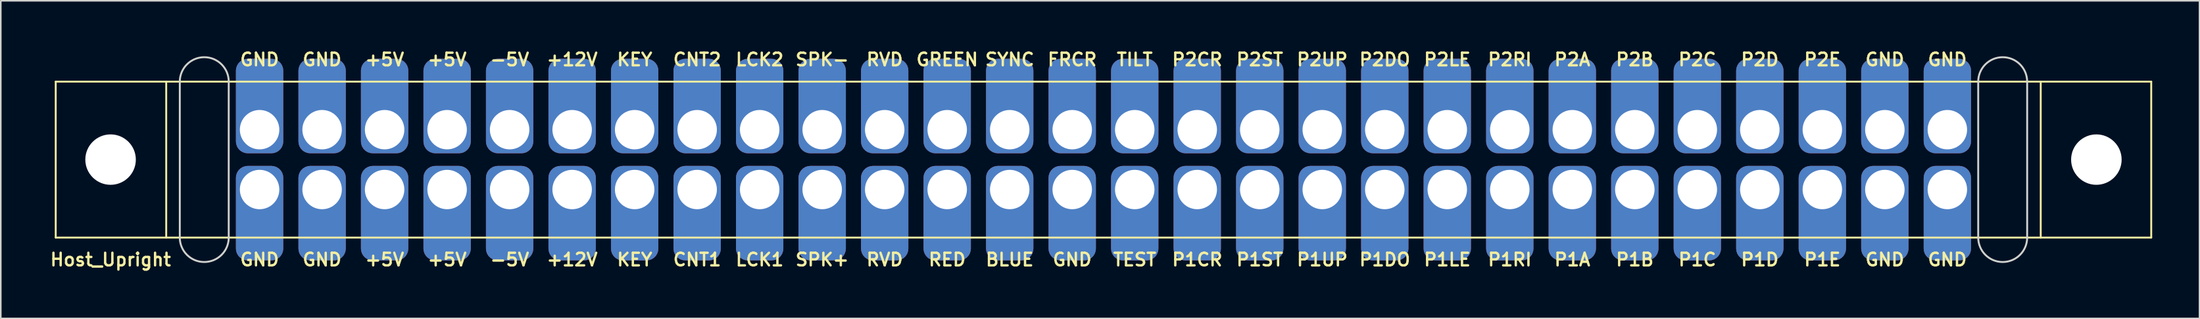
<source format=kicad_pcb>
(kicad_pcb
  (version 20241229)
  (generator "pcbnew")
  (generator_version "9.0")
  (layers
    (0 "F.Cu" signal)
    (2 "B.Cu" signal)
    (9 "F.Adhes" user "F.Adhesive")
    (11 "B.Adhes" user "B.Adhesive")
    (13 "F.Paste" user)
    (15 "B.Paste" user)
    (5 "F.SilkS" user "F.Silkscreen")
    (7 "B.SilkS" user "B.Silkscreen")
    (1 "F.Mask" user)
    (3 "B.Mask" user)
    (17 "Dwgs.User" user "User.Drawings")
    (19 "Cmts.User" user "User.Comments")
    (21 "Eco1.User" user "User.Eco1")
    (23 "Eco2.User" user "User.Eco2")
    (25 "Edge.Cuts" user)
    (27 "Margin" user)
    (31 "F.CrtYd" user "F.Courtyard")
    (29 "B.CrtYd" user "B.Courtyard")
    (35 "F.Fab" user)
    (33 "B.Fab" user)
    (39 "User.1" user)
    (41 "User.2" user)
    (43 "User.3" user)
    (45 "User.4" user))
  (footprint "Host_Upright"
    (layer "F.Cu")
    (at 66.855 7.081)
    (property "Reference" "Host_Upright" (at -62.9 6.35 0) (layer "F.SilkS") (effects (font (size 0.8 0.8) (thickness 0.15))))
    (attr through_hole)
    (fp_line (start -66.375 -4.95) (end -66.375 4.95) (stroke (width 0.12) (type solid)) (layer "F.SilkS"))
    (fp_line (start -66.375 -4.95) (end 66.375 -4.95) (stroke (width 0.12) (type solid)) (layer "F.SilkS"))
    (fp_line (start -66.375 4.95) (end 66.375 4.95) (stroke (width 0.12) (type solid)) (layer "F.SilkS"))
    (fp_line (start -59.375 -4.95) (end -59.375 4.95) (stroke (width 0.12) (type solid)) (layer "F.SilkS"))
    (fp_line (start 59.375 -4.95) (end 59.375 4.95) (stroke (width 0.12) (type solid)) (layer "F.SilkS"))
    (fp_line (start 66.375 -4.95) (end 66.375 4.95) (stroke (width 0.12) (type solid)) (layer "F.SilkS"))
    (fp_line (start -58.515 -4.95) (end -58.515 4.95) (stroke (width 0.12) (type solid)) (layer "Edge.Cuts"))
    (fp_line (start -55.415 -4.95) (end -55.415 4.95) (stroke (width 0.12) (type solid)) (layer "Edge.Cuts"))
    (fp_line (start 55.415 -4.95) (end 55.415 4.95) (stroke (width 0.12) (type solid)) (layer "Edge.Cuts"))
    (fp_line (start 58.515 -4.95) (end 58.515 4.95) (stroke (width 0.12) (type solid)) (layer "Edge.Cuts"))
    (fp_arc (start -58.515 -4.95) (mid -56.965 -6.5) (end -55.415 -4.95) (stroke (width 0.12) (type solid)) (layer "Edge.Cuts"))
    (fp_arc (start -55.415 4.95) (mid -56.965 6.5) (end -58.515 4.95) (stroke (width 0.12) (type solid)) (layer "Edge.Cuts"))
    (fp_arc (start 55.415 -4.95) (mid 56.965 -6.5) (end 58.515 -4.95) (stroke (width 0.12) (type solid)) (layer "Edge.Cuts"))
    (fp_arc (start 58.515 4.95) (mid 56.965 6.5) (end 55.415 4.95) (stroke (width 0.12) (type solid)) (layer "Edge.Cuts"))
    (fp_text user "RED" (at -9.9 6.35 0) (layer "F.SilkS") (effects (font (size 0.8 0.8) (thickness 0.15))))
    (fp_text user "P1UP" (at 13.86 6.35 0) (layer "F.SilkS") (effects (font (size 0.8 0.8) (thickness 0.15))))
    (fp_text user "GREEN" (at -9.9 -6.35 0) (layer "F.SilkS") (effects (font (size 0.8 0.8) (thickness 0.15))))
    (fp_text user "P2B" (at 33.66 -6.35 0) (layer "F.SilkS") (effects (font (size 0.8 0.8) (thickness 0.15))))
    (fp_text user "SPK-" (at -17.82 -6.35 0) (layer "F.SilkS") (effects (font (size 0.8 0.8) (thickness 0.15))))
    (fp_text user "TILT" (at 1.98 -6.35 0) (layer "F.SilkS") (effects (font (size 0.8 0.8) (thickness 0.15))))
    (fp_text user "P2D" (at 41.58 -6.35 0) (layer "F.SilkS") (effects (font (size 0.8 0.8) (thickness 0.15))))
    (fp_text user "+12V" (at -33.66 -6.35 0) (layer "F.SilkS") (effects (font (size 0.8 0.8) (thickness 0.15))))
    (fp_text user "P2E" (at 45.54 -6.35 0) (layer "F.SilkS") (effects (font (size 0.8 0.8) (thickness 0.15))))
    (fp_text user "P2CR" (at 5.94 -6.35 0) (layer "F.SilkS") (effects (font (size 0.8 0.8) (thickness 0.15))))
    (fp_text user "P1C" (at 37.62 6.35 0) (layer "F.SilkS") (effects (font (size 0.8 0.8) (thickness 0.15))))
    (fp_text user "CNT2" (at -25.74 -6.35 0) (layer "F.SilkS") (effects (font (size 0.8 0.8) (thickness 0.15))))
    (fp_text user "FRCR" (at -1.98 -6.35 0) (layer "F.SilkS") (effects (font (size 0.8 0.8) (thickness 0.15))))
    (fp_text user "GND" (at 49.5 -6.35 0) (layer "F.SilkS") (effects (font (size 0.8 0.8) (thickness 0.15))))
    (fp_text user "KEY" (at -29.7 -6.35 0) (layer "F.SilkS") (effects (font (size 0.8 0.8) (thickness 0.15))))
    (fp_text user "GND" (at 53.46 6.35 0) (layer "F.SilkS") (effects (font (size 0.8 0.8) (thickness 0.15))))
    (fp_text user "-5V" (at -37.62 6.35 0) (layer "F.SilkS") (effects (font (size 0.8 0.8) (thickness 0.15))))
    (fp_text user "+5V" (at -45.54 6.35 0) (layer "F.SilkS") (effects (font (size 0.8 0.8) (thickness 0.15))))
    (fp_text user "+5V" (at -45.54 -6.35 0) (layer "F.SilkS") (effects (font (size 0.8 0.8) (thickness 0.15))))
    (fp_text user "GND" (at 49.5 6.35 0) (layer "F.SilkS") (effects (font (size 0.8 0.8) (thickness 0.15))))
    (fp_text user "P1DO" (at 17.82 6.35 0) (layer "F.SilkS") (effects (font (size 0.8 0.8) (thickness 0.15))))
    (fp_text user "GND" (at -53.46 6.35 0) (layer "F.SilkS") (effects (font (size 0.8 0.8) (thickness 0.15))))
    (fp_text user "LCK1" (at -21.78 6.35 0) (layer "F.SilkS") (effects (font (size 0.8 0.8) (thickness 0.15))))
    (fp_text user "RVD" (at -13.86 6.35 0) (layer "F.SilkS") (effects (font (size 0.8 0.8) (thickness 0.15))))
    (fp_text user "+5V" (at -41.58 6.35 0) (layer "F.SilkS") (effects (font (size 0.8 0.8) (thickness 0.15))))
    (fp_text user "RVD" (at -13.86 -6.35 0) (layer "F.SilkS") (effects (font (size 0.8 0.8) (thickness 0.15))))
    (fp_text user "P1ST" (at 9.9 6.35 0) (layer "F.SilkS") (effects (font (size 0.8 0.8) (thickness 0.15))))
    (fp_text user "-5V" (at -37.62 -6.35 0) (layer "F.SilkS") (effects (font (size 0.8 0.8) (thickness 0.15))))
    (fp_text user "P2RI" (at 25.74 -6.35 0) (layer "F.SilkS") (effects (font (size 0.8 0.8) (thickness 0.15))))
    (fp_text user "P1RI" (at 25.74 6.35 0) (layer "F.SilkS") (effects (font (size 0.8 0.8) (thickness 0.15))))
    (fp_text user "SYNC" (at -5.94 -6.35 0) (layer "F.SilkS") (effects (font (size 0.8 0.8) (thickness 0.15))))
    (fp_text user "P1E" (at 45.54 6.35 0) (layer "F.SilkS") (effects (font (size 0.8 0.8) (thickness 0.15))))
    (fp_text user "P2DO" (at 17.82 -6.35 0) (layer "F.SilkS") (effects (font (size 0.8 0.8) (thickness 0.15))))
    (fp_text user "P1D" (at 41.58 6.35 0) (layer "F.SilkS") (effects (font (size 0.8 0.8) (thickness 0.15))))
    (fp_text user "BLUE" (at -5.94 6.35 0) (layer "F.SilkS") (effects (font (size 0.8 0.8) (thickness 0.15))))
    (fp_text user "TEST" (at 1.98 6.35 0) (layer "F.SilkS") (effects (font (size 0.8 0.8) (thickness 0.15))))
    (fp_text user "P2LE" (at 21.78 -6.35 0) (layer "F.SilkS") (effects (font (size 0.8 0.8) (thickness 0.15))))
    (fp_text user "GND" (at -49.5 6.35 0) (layer "F.SilkS") (effects (font (size 0.8 0.8) (thickness 0.15))))
    (fp_text user "KEY" (at -29.7 6.35 0) (layer "F.SilkS") (effects (font (size 0.8 0.8) (thickness 0.15))))
    (fp_text user "P2C" (at 37.62 -6.35 0) (layer "F.SilkS") (effects (font (size 0.8 0.8) (thickness 0.15))))
    (fp_text user "+12V" (at -33.66 6.35 0) (layer "F.SilkS") (effects (font (size 0.8 0.8) (thickness 0.15))))
    (fp_text user "GND" (at -49.5 -6.35 0) (layer "F.SilkS") (effects (font (size 0.8 0.8) (thickness 0.15))))
    (fp_text user "P1B" (at 33.66 6.35 0) (layer "F.SilkS") (effects (font (size 0.8 0.8) (thickness 0.15))))
    (fp_text user "P2UP" (at 13.86 -6.35 0) (layer "F.SilkS") (effects (font (size 0.8 0.8) (thickness 0.15))))
    (fp_text user "P2A" (at 29.7 -6.35 0) (layer "F.SilkS") (effects (font (size 0.8 0.8) (thickness 0.15))))
    (fp_text user "GND" (at -53.46 -6.35 0) (layer "F.SilkS") (effects (font (size 0.8 0.8) (thickness 0.15))))
    (fp_text user "SPK+" (at -17.82 6.35 0) (layer "F.SilkS") (effects (font (size 0.8 0.8) (thickness 0.15))))
    (fp_text user "P1LE" (at 21.78 6.35 0) (layer "F.SilkS") (effects (font (size 0.8 0.8) (thickness 0.15))))
    (fp_text user "LCK2" (at -21.78 -6.35 0) (layer "F.SilkS") (effects (font (size 0.8 0.8) (thickness 0.15))))
    (fp_text user "P1CR" (at 5.94 6.35 0) (layer "F.SilkS") (effects (font (size 0.8 0.8) (thickness 0.15))))
    (fp_text user "GND" (at -1.98 6.35 0) (layer "F.SilkS") (effects (font (size 0.8 0.8) (thickness 0.15))))
    (fp_text user "CNT1" (at -25.74 6.35 0) (layer "F.SilkS") (effects (font (size 0.8 0.8) (thickness 0.15))))
    (fp_text user "GND" (at 53.46 -6.35 0) (layer "F.SilkS") (effects (font (size 0.8 0.8) (thickness 0.15))))
    (fp_text user "P1A" (at 29.7 6.35 0) (layer "F.SilkS") (effects (font (size 0.8 0.8) (thickness 0.15))))
    (fp_text user "P2ST" (at 9.9 -6.35 0) (layer "F.SilkS") (effects (font (size 0.8 0.8) (thickness 0.15))))
    (fp_text user "+5V" (at -41.58 -6.35 0) (layer "F.SilkS") (effects (font (size 0.8 0.8) (thickness 0.15))))
    (pad "" np_thru_hole circle (at -62.9 0) (size 3.2 3.2) (drill 3.2) (layers "*.Cu" "*.Mask"))
    (pad "" thru_hole roundrect (at -29.7 -1.9) (size 3 6) (drill 2.5 (offset 0 -1.5)) (layers "B.Cu" "B.Mask") (roundrect_rratio 0.25))
    (pad "" thru_hole roundrect (at -29.7 1.9) (size 3 6) (drill 2.5 (offset 0 1.5)) (layers "B.Cu" "B.Mask") (roundrect_rratio 0.25))
    (pad "" np_thru_hole circle (at 62.9 0) (size 3.2 3.2) (drill 3.2) (layers "*.Cu" "*.Mask"))
    (pad "1" thru_hole roundrect (at -53.46 1.9) (size 3 6) (drill 2.5 (offset 0 1.5)) (layers "B.Cu" "B.Mask") (roundrect_rratio 0.25))
    (pad "2" thru_hole roundrect (at -49.5 1.9) (size 3 6) (drill 2.5 (offset 0 1.5)) (layers "B.Cu" "B.Mask") (roundrect_rratio 0.25))
    (pad "3" thru_hole roundrect (at -45.54 1.9) (size 3 6) (drill 2.5 (offset 0 1.5)) (layers "B.Cu" "B.Mask") (roundrect_rratio 0.25))
    (pad "4" thru_hole roundrect (at -41.58 1.9) (size 3 6) (drill 2.5 (offset 0 1.5)) (layers "B.Cu" "B.Mask") (roundrect_rratio 0.25))
    (pad "5" thru_hole roundrect (at -37.62 1.9) (size 3 6) (drill 2.5 (offset 0 1.5)) (layers "B.Cu" "B.Mask") (roundrect_rratio 0.25))
    (pad "6" thru_hole roundrect (at -33.66 1.9) (size 3 6) (drill 2.5 (offset 0 1.5)) (layers "B.Cu" "B.Mask") (roundrect_rratio 0.25))
    (pad "8" thru_hole roundrect (at -25.74 1.9) (size 3 6) (drill 2.5 (offset 0 1.5)) (layers "B.Cu" "B.Mask") (roundrect_rratio 0.25))
    (pad "9" thru_hole roundrect (at -21.78 1.9) (size 3 6) (drill 2.5 (offset 0 1.5)) (layers "B.Cu" "B.Mask") (roundrect_rratio 0.25))
    (pad "10" thru_hole roundrect (at -17.82 1.9) (size 3 6) (drill 2.5 (offset 0 1.5)) (layers "B.Cu" "B.Mask") (roundrect_rratio 0.25))
    (pad "11" thru_hole roundrect (at -13.86 1.9) (size 3 6) (drill 2.5 (offset 0 1.5)) (layers "B.Cu" "B.Mask") (roundrect_rratio 0.25))
    (pad "12" thru_hole roundrect (at -9.9 1.9) (size 3 6) (drill 2.5 (offset 0 1.5)) (layers "B.Cu" "B.Mask") (roundrect_rratio 0.25))
    (pad "13" thru_hole roundrect (at -5.94 1.9) (size 3 6) (drill 2.5 (offset 0 1.5)) (layers "B.Cu" "B.Mask") (roundrect_rratio 0.25))
    (pad "14" thru_hole roundrect (at -1.98 1.9) (size 3 6) (drill 2.5 (offset 0 1.5)) (layers "B.Cu" "B.Mask") (roundrect_rratio 0.25))
    (pad "15" thru_hole roundrect (at 1.98 1.9) (size 3 6) (drill 2.5 (offset 0 1.5)) (layers "B.Cu" "B.Mask") (roundrect_rratio 0.25))
    (pad "16" thru_hole roundrect (at 5.94 1.9) (size 3 6) (drill 2.5 (offset 0 1.5)) (layers "B.Cu" "B.Mask") (roundrect_rratio 0.25))
    (pad "17" thru_hole roundrect (at 9.9 1.9) (size 3 6) (drill 2.5 (offset 0 1.5)) (layers "B.Cu" "B.Mask") (roundrect_rratio 0.25))
    (pad "18" thru_hole roundrect (at 13.86 1.9) (size 3 6) (drill 2.5 (offset 0 1.5)) (layers "B.Cu" "B.Mask") (roundrect_rratio 0.25))
    (pad "19" thru_hole roundrect (at 17.82 1.9) (size 3 6) (drill 2.5 (offset 0 1.5)) (layers "B.Cu" "B.Mask") (roundrect_rratio 0.25))
    (pad "20" thru_hole roundrect (at 21.78 1.9) (size 3 6) (drill 2.5 (offset 0 1.5)) (layers "B.Cu" "B.Mask") (roundrect_rratio 0.25))
    (pad "21" thru_hole roundrect (at 25.74 1.9) (size 3 6) (drill 2.5 (offset 0 1.5)) (layers "B.Cu" "B.Mask") (roundrect_rratio 0.25))
    (pad "22" thru_hole roundrect (at 29.7 1.9) (size 3 6) (drill 2.5 (offset 0 1.5)) (layers "B.Cu" "B.Mask") (roundrect_rratio 0.25))
    (pad "23" thru_hole roundrect (at 33.66 1.9) (size 3 6) (drill 2.5 (offset 0 1.5)) (layers "B.Cu" "B.Mask") (roundrect_rratio 0.25))
    (pad "24" thru_hole roundrect (at 37.62 1.9) (size 3 6) (drill 2.5 (offset 0 1.5)) (layers "B.Cu" "B.Mask") (roundrect_rratio 0.25))
    (pad "25" thru_hole roundrect (at 41.58 1.9) (size 3 6) (drill 2.5 (offset 0 1.5)) (layers "B.Cu" "B.Mask") (roundrect_rratio 0.25))
    (pad "26" thru_hole roundrect (at 45.54 1.9) (size 3 6) (drill 2.5 (offset 0 1.5)) (layers "B.Cu" "B.Mask") (roundrect_rratio 0.25))
    (pad "27" thru_hole roundrect (at 49.5 1.9) (size 3 6) (drill 2.5 (offset 0 1.5)) (layers "B.Cu" "B.Mask") (roundrect_rratio 0.25))
    (pad "28" thru_hole roundrect (at 53.46 1.9) (size 3 6) (drill 2.5 (offset 0 1.5)) (layers "B.Cu" "B.Mask") (roundrect_rratio 0.25))
    (pad "A" thru_hole roundrect (at -53.46 -1.9) (size 3 6) (drill 2.5 (offset 0 -1.5)) (layers "B.Cu" "B.Mask") (roundrect_rratio 0.25))
    (pad "AA" thru_hole roundrect (at 33.66 -1.9) (size 3 6) (drill 2.5 (offset 0 -1.5)) (layers "B.Cu" "B.Mask") (roundrect_rratio 0.25))
    (pad "AB" thru_hole roundrect (at 37.62 -1.9) (size 3 6) (drill 2.5 (offset 0 -1.5)) (layers "B.Cu" "B.Mask") (roundrect_rratio 0.25))
    (pad "AC" thru_hole roundrect (at 41.58 -1.9) (size 3 6) (drill 2.5 (offset 0 -1.5)) (layers "B.Cu" "B.Mask") (roundrect_rratio 0.25))
    (pad "AD" thru_hole roundrect (at 45.54 -1.9) (size 3 6) (drill 2.5 (offset 0 -1.5)) (layers "B.Cu" "B.Mask") (roundrect_rratio 0.25))
    (pad "AE" thru_hole roundrect (at 49.5 -1.9) (size 3 6) (drill 2.5 (offset 0 -1.5)) (layers "B.Cu" "B.Mask") (roundrect_rratio 0.25))
    (pad "AF" thru_hole roundrect (at 53.46 -1.9) (size 3 6) (drill 2.5 (offset 0 -1.5)) (layers "B.Cu" "B.Mask") (roundrect_rratio 0.25))
    (pad "B" thru_hole roundrect (at -49.5 -1.9) (size 3 6) (drill 2.5 (offset 0 -1.5)) (layers "B.Cu" "B.Mask") (roundrect_rratio 0.25))
    (pad "C" thru_hole roundrect (at -45.54 -1.9) (size 3 6) (drill 2.5 (offset 0 -1.5)) (layers "B.Cu" "B.Mask") (roundrect_rratio 0.25))
    (pad "D" thru_hole roundrect (at -41.58 -1.9) (size 3 6) (drill 2.5 (offset 0 -1.5)) (layers "B.Cu" "B.Mask") (roundrect_rratio 0.25))
    (pad "E" thru_hole roundrect (at -37.62 -1.9) (size 3 6) (drill 2.5 (offset 0 -1.5)) (layers "B.Cu" "B.Mask") (roundrect_rratio 0.25))
    (pad "F" thru_hole roundrect (at -33.66 -1.9) (size 3 6) (drill 2.5 (offset 0 -1.5)) (layers "B.Cu" "B.Mask") (roundrect_rratio 0.25))
    (pad "J" thru_hole roundrect (at -25.74 -1.9) (size 3 6) (drill 2.5 (offset 0 -1.5)) (layers "B.Cu" "B.Mask") (roundrect_rratio 0.25))
    (pad "K" thru_hole roundrect (at -21.78 -1.9) (size 3 6) (drill 2.5 (offset 0 -1.5)) (layers "B.Cu" "B.Mask") (roundrect_rratio 0.25))
    (pad "L" thru_hole roundrect (at -17.82 -1.9) (size 3 6) (drill 2.5 (offset 0 -1.5)) (layers "B.Cu" "B.Mask") (roundrect_rratio 0.25))
    (pad "M" thru_hole roundrect (at -13.86 -1.9) (size 3 6) (drill 2.5 (offset 0 -1.5)) (layers "B.Cu" "B.Mask") (roundrect_rratio 0.25))
    (pad "N" thru_hole roundrect (at -9.9 -1.9) (size 3 6) (drill 2.5 (offset 0 -1.5)) (layers "B.Cu" "B.Mask") (roundrect_rratio 0.25))
    (pad "P" thru_hole roundrect (at -5.94 -1.9) (size 3 6) (drill 2.5 (offset 0 -1.5)) (layers "B.Cu" "B.Mask") (roundrect_rratio 0.25))
    (pad "R" thru_hole roundrect (at -1.98 -1.9) (size 3 6) (drill 2.5 (offset 0 -1.5)) (layers "B.Cu" "B.Mask") (roundrect_rratio 0.25))
    (pad "S" thru_hole roundrect (at 1.98 -1.9) (size 3 6) (drill 2.5 (offset 0 -1.5)) (layers "B.Cu" "B.Mask") (roundrect_rratio 0.25))
    (pad "T" thru_hole roundrect (at 5.94 -1.9) (size 3 6) (drill 2.5 (offset 0 -1.5)) (layers "B.Cu" "B.Mask") (roundrect_rratio 0.25))
    (pad "U" thru_hole roundrect (at 9.9 -1.9) (size 3 6) (drill 2.5 (offset 0 -1.5)) (layers "B.Cu" "B.Mask") (roundrect_rratio 0.25))
    (pad "V" thru_hole roundrect (at 13.86 -1.9) (size 3 6) (drill 2.5 (offset 0 -1.5)) (layers "B.Cu" "B.Mask") (roundrect_rratio 0.25))
    (pad "W" thru_hole roundrect (at 17.82 -1.9) (size 3 6) (drill 2.5 (offset 0 -1.5)) (layers "B.Cu" "B.Mask") (roundrect_rratio 0.25))
    (pad "X" thru_hole roundrect (at 21.78 -1.9) (size 3 6) (drill 2.5 (offset 0 -1.5)) (layers "B.Cu" "B.Mask") (roundrect_rratio 0.25))
    (pad "Y" thru_hole roundrect (at 25.74 -1.9) (size 3 6) (drill 2.5 (offset 0 -1.5)) (layers "B.Cu" "B.Mask") (roundrect_rratio 0.25))
    (pad "Z" thru_hole roundrect (at 29.7 -1.9) (size 3 6) (drill 2.5 (offset 0 -1.5)) (layers "B.Cu" "B.Mask") (roundrect_rratio 0.25)))
  (gr_rect
    (start -3 -3)
    (end 136.29 17.163)
    (stroke (width 0.1) (type default))
    (fill no)
    (layer "Edge.Cuts")))
</source>
